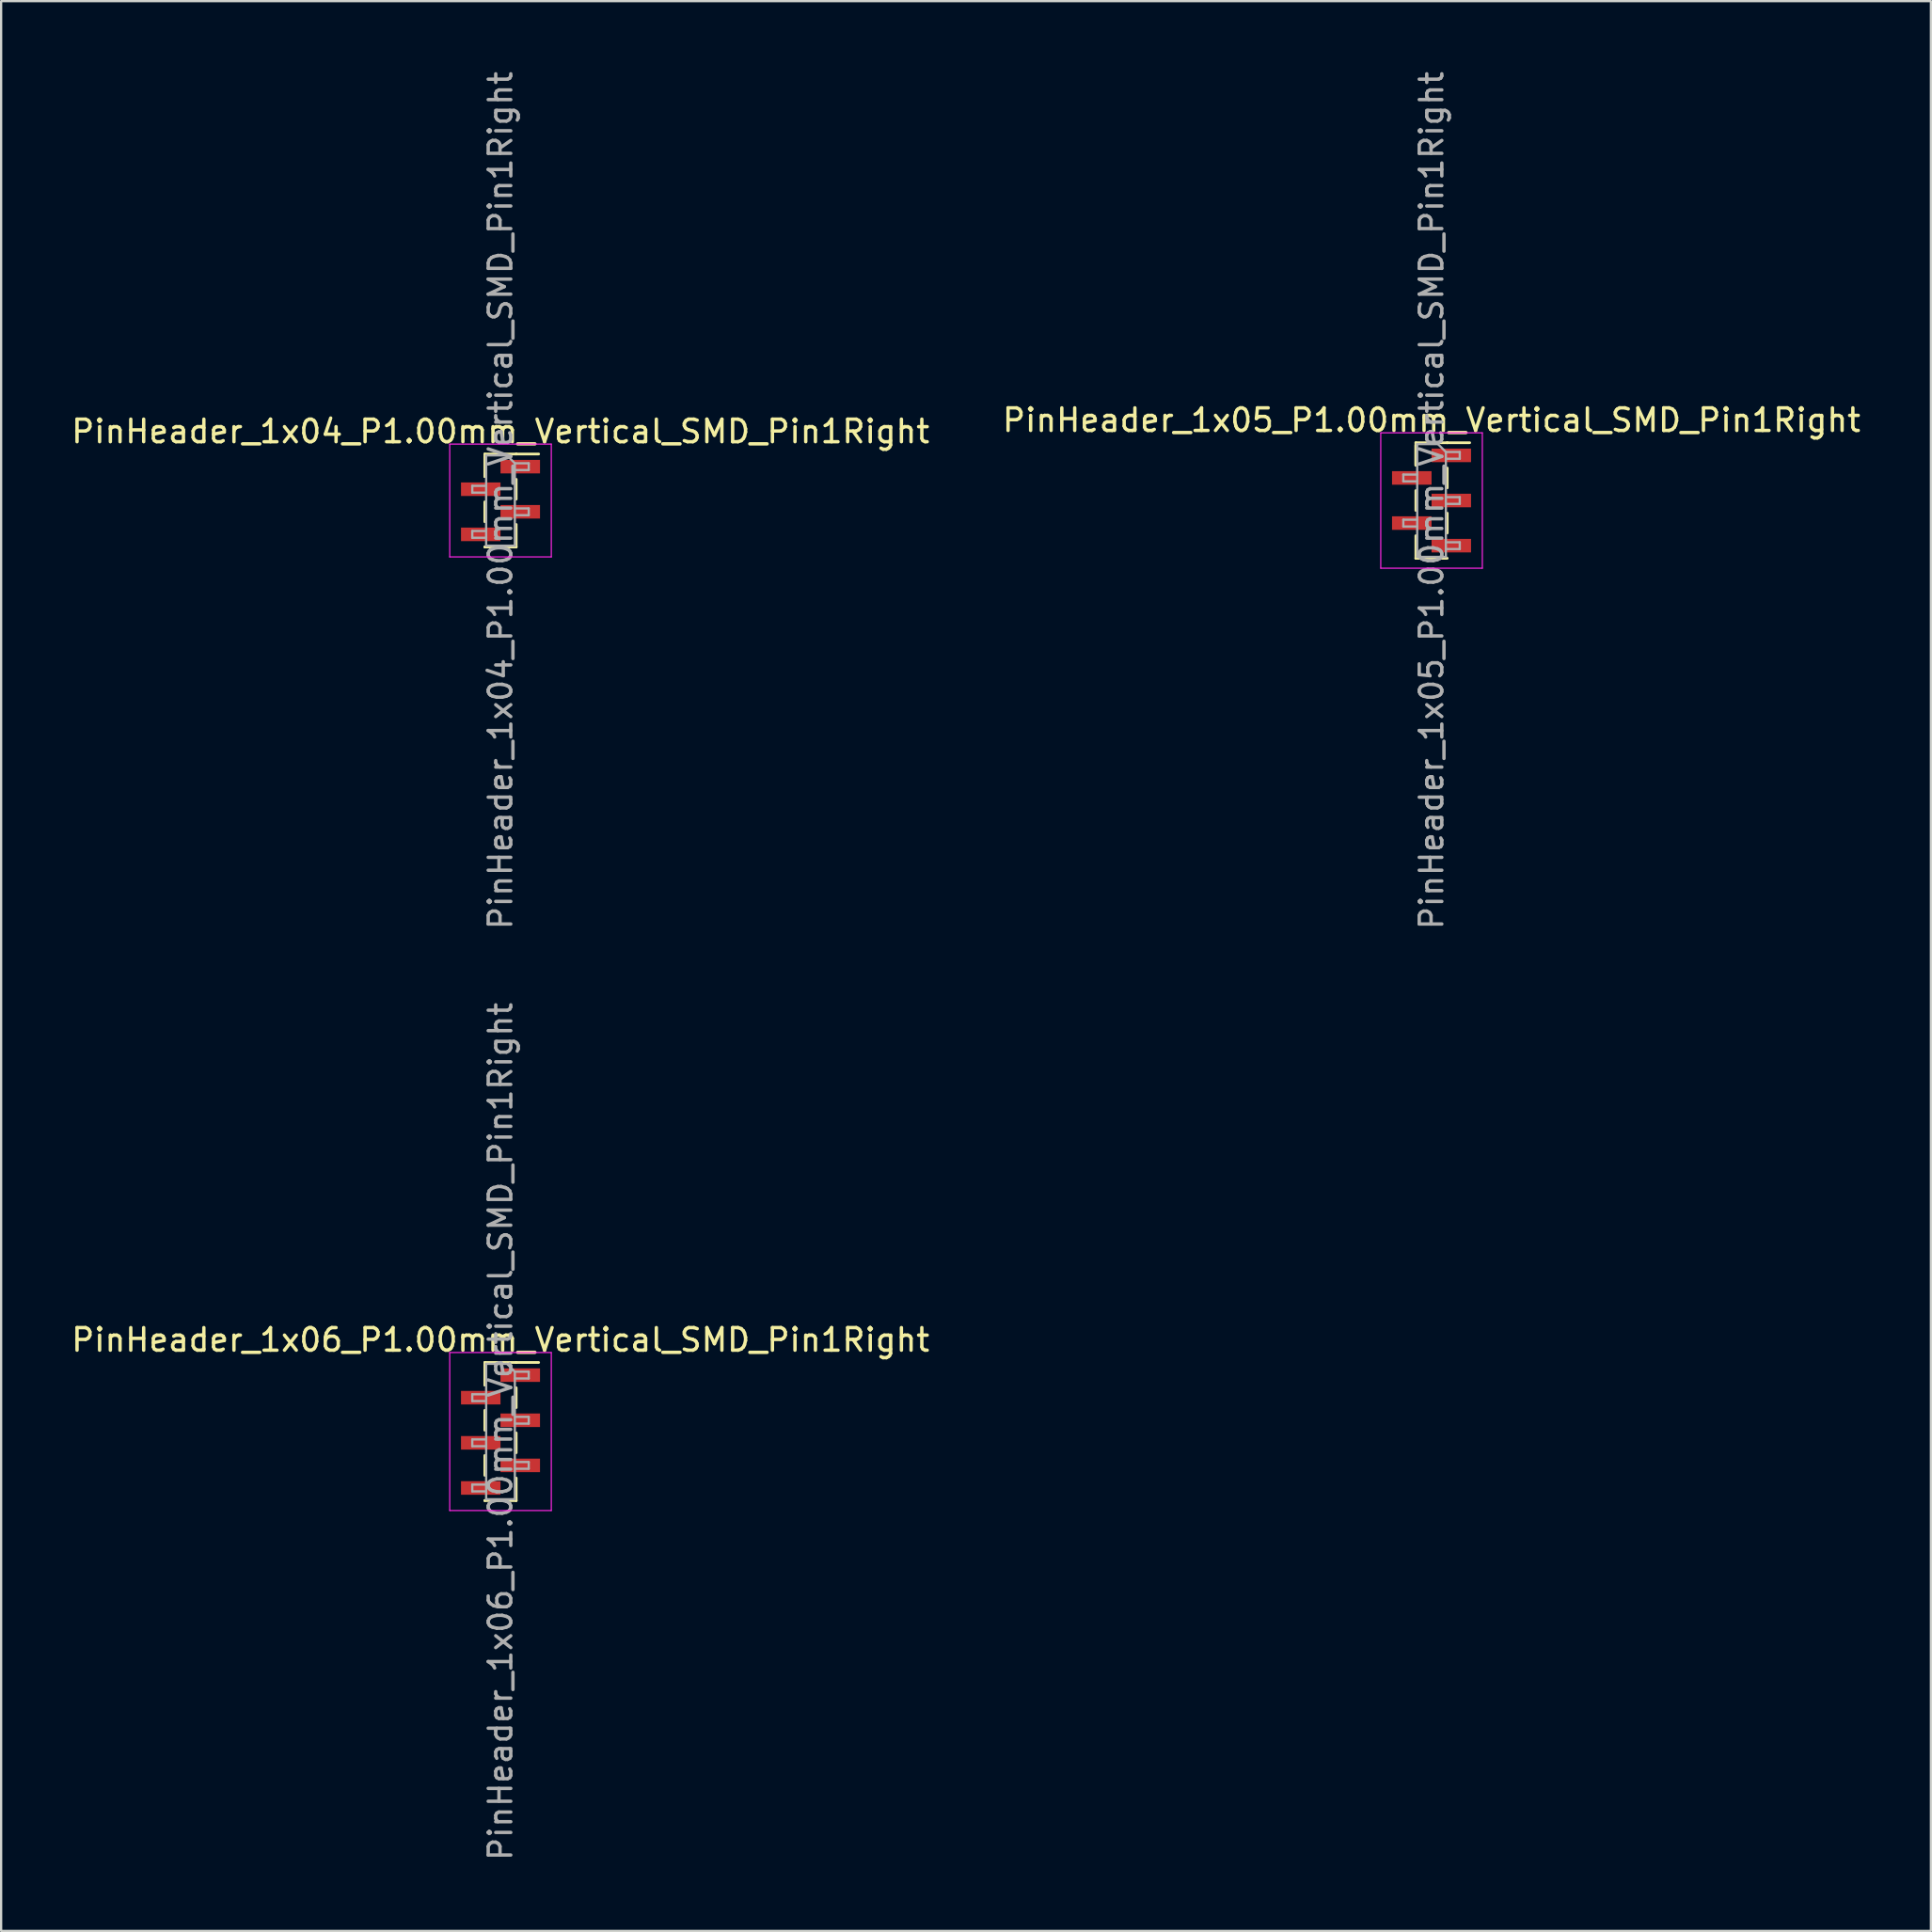
<source format=kicad_pcb>
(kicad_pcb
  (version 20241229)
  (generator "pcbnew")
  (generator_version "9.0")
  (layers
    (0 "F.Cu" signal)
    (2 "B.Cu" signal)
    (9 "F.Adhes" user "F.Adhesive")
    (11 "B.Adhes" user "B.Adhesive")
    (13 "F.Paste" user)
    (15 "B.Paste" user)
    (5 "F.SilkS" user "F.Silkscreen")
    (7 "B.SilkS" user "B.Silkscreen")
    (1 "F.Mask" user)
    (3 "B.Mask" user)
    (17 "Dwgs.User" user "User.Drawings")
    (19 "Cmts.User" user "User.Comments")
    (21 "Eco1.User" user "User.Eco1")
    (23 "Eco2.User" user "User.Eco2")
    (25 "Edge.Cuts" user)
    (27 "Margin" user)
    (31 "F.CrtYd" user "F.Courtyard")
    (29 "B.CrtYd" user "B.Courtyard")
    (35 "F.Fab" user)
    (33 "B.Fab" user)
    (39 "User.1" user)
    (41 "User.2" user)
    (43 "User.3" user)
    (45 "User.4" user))
  (footprint "PinHeader_1x06_P1.00mm_Vertical_SMD_Pin1Right"
    (layer "F.Cu")
    (at 19.125 60.375)
    (property "Reference" "PinHeader_1x06_P1.00mm_Vertical_SMD_Pin1Right" (at 0 -4.06 0) (layer "F.SilkS") (effects (font (size 1 1) (thickness 0.15))))
    (attr smd)
    (fp_line (start -0.695 -3.06) (end -0.695 -2.06) (stroke (width 0.12) (type solid)) (layer "F.SilkS"))
    (fp_line (start -0.695 -3.06) (end 0.695 -3.06) (stroke (width 0.12) (type solid)) (layer "F.SilkS"))
    (fp_line (start -0.695 -2.94) (end -0.695 -2.06) (stroke (width 0.12) (type solid)) (layer "F.SilkS"))
    (fp_line (start -0.695 -0.94) (end -0.695 -0.06) (stroke (width 0.12) (type solid)) (layer "F.SilkS"))
    (fp_line (start -0.695 1.06) (end -0.695 1.94) (stroke (width 0.12) (type solid)) (layer "F.SilkS"))
    (fp_line (start -0.695 3.06) (end -0.695 3.06) (stroke (width 0.12) (type solid)) (layer "F.SilkS"))
    (fp_line (start -0.695 3.06) (end 0.695 3.06) (stroke (width 0.12) (type solid)) (layer "F.SilkS"))
    (fp_line (start 0.695 -3.06) (end 0.695 -3.06) (stroke (width 0.12) (type solid)) (layer "F.SilkS"))
    (fp_line (start 0.695 -3.06) (end 1.69 -3.06) (stroke (width 0.12) (type solid)) (layer "F.SilkS"))
    (fp_line (start 0.695 -1.94) (end 0.695 -1.06) (stroke (width 0.12) (type solid)) (layer "F.SilkS"))
    (fp_line (start 0.695 0.06) (end 0.695 0.94) (stroke (width 0.12) (type solid)) (layer "F.SilkS"))
    (fp_line (start 0.695 2.06) (end 0.695 3.06) (stroke (width 0.12) (type solid)) (layer "F.SilkS"))
    (fp_line (start -2.25 -3.5) (end -2.25 3.5) (stroke (width 0.05) (type solid)) (layer "F.CrtYd"))
    (fp_line (start -2.25 3.5) (end 2.25 3.5) (stroke (width 0.05) (type solid)) (layer "F.CrtYd"))
    (fp_line (start 2.25 -3.5) (end -2.25 -3.5) (stroke (width 0.05) (type solid)) (layer "F.CrtYd"))
    (fp_line (start 2.25 3.5) (end 2.25 -3.5) (stroke (width 0.05) (type solid)) (layer "F.CrtYd"))
    (fp_line (start -1.25 -1.65) (end -1.25 -1.35) (stroke (width 0.1) (type solid)) (layer "F.Fab"))
    (fp_line (start -1.25 -1.35) (end -0.635 -1.35) (stroke (width 0.1) (type solid)) (layer "F.Fab"))
    (fp_line (start -1.25 0.35) (end -1.25 0.65) (stroke (width 0.1) (type solid)) (layer "F.Fab"))
    (fp_line (start -1.25 0.65) (end -0.635 0.65) (stroke (width 0.1) (type solid)) (layer "F.Fab"))
    (fp_line (start -1.25 2.35) (end -1.25 2.65) (stroke (width 0.1) (type solid)) (layer "F.Fab"))
    (fp_line (start -1.25 2.65) (end -0.635 2.65) (stroke (width 0.1) (type solid)) (layer "F.Fab"))
    (fp_line (start -0.635 -3) (end -0.635 3) (stroke (width 0.1) (type solid)) (layer "F.Fab"))
    (fp_line (start -0.635 -3) (end 0.285 -3) (stroke (width 0.1) (type solid)) (layer "F.Fab"))
    (fp_line (start -0.635 -1.65) (end -1.25 -1.65) (stroke (width 0.1) (type solid)) (layer "F.Fab"))
    (fp_line (start -0.635 0.35) (end -1.25 0.35) (stroke (width 0.1) (type solid)) (layer "F.Fab"))
    (fp_line (start -0.635 2.35) (end -1.25 2.35) (stroke (width 0.1) (type solid)) (layer "F.Fab"))
    (fp_line (start 0.635 -2.65) (end 0.285 -3) (stroke (width 0.1) (type solid)) (layer "F.Fab"))
    (fp_line (start 0.635 -2.65) (end 1.25 -2.65) (stroke (width 0.1) (type solid)) (layer "F.Fab"))
    (fp_line (start 0.635 -0.65) (end 1.25 -0.65) (stroke (width 0.1) (type solid)) (layer "F.Fab"))
    (fp_line (start 0.635 1.35) (end 1.25 1.35) (stroke (width 0.1) (type solid)) (layer "F.Fab"))
    (fp_line (start 0.635 3) (end -0.635 3) (stroke (width 0.1) (type solid)) (layer "F.Fab"))
    (fp_line (start 0.635 3) (end 0.635 -2.65) (stroke (width 0.1) (type solid)) (layer "F.Fab"))
    (fp_line (start 1.25 -2.65) (end 1.25 -2.35) (stroke (width 0.1) (type solid)) (layer "F.Fab"))
    (fp_line (start 1.25 -2.35) (end 0.635 -2.35) (stroke (width 0.1) (type solid)) (layer "F.Fab"))
    (fp_line (start 1.25 -0.65) (end 1.25 -0.35) (stroke (width 0.1) (type solid)) (layer "F.Fab"))
    (fp_line (start 1.25 -0.35) (end 0.635 -0.35) (stroke (width 0.1) (type solid)) (layer "F.Fab"))
    (fp_line (start 1.25 1.35) (end 1.25 1.65) (stroke (width 0.1) (type solid)) (layer "F.Fab"))
    (fp_line (start 1.25 1.65) (end 0.635 1.65) (stroke (width 0.1) (type solid)) (layer "F.Fab"))
    (fp_text user "${REFERENCE}" (at 0 0 90) (layer "F.Fab") (effects (font (size 1 1) (thickness 0.15))))
    (pad "1" smd rect (at 0.875 -2.5) (size 1.75 0.6) (layers "F.Cu" "F.Mask" "F.Paste"))
    (pad "2" smd rect (at -0.875 -1.5) (size 1.75 0.6) (layers "F.Cu" "F.Mask" "F.Paste"))
    (pad "3" smd rect (at 0.875 -0.5) (size 1.75 0.6) (layers "F.Cu" "F.Mask" "F.Paste"))
    (pad "4" smd rect (at -0.875 0.5) (size 1.75 0.6) (layers "F.Cu" "F.Mask" "F.Paste"))
    (pad "5" smd rect (at 0.875 1.5) (size 1.75 0.6) (layers "F.Cu" "F.Mask" "F.Paste"))
    (pad "6" smd rect (at -0.875 2.5) (size 1.75 0.6) (layers "F.Cu" "F.Mask" "F.Paste")))
  (footprint "PinHeader_1x04_P1.00mm_Vertical_SMD_Pin1Right"
    (layer "F.Cu")
    (at 19.125 19.125)
    (property "Reference" "PinHeader_1x04_P1.00mm_Vertical_SMD_Pin1Right" (at 0 -3.06 0) (layer "F.SilkS") (effects (font (size 1 1) (thickness 0.15))))
    (attr smd)
    (fp_line (start -0.695 -2.06) (end -0.695 -1.06) (stroke (width 0.12) (type solid)) (layer "F.SilkS"))
    (fp_line (start -0.695 -2.06) (end 0.695 -2.06) (stroke (width 0.12) (type solid)) (layer "F.SilkS"))
    (fp_line (start -0.695 -1.94) (end -0.695 -1.06) (stroke (width 0.12) (type solid)) (layer "F.SilkS"))
    (fp_line (start -0.695 0.06) (end -0.695 0.94) (stroke (width 0.12) (type solid)) (layer "F.SilkS"))
    (fp_line (start -0.695 2.06) (end -0.695 2.06) (stroke (width 0.12) (type solid)) (layer "F.SilkS"))
    (fp_line (start -0.695 2.06) (end 0.695 2.06) (stroke (width 0.12) (type solid)) (layer "F.SilkS"))
    (fp_line (start 0.695 -2.06) (end 0.695 -2.06) (stroke (width 0.12) (type solid)) (layer "F.SilkS"))
    (fp_line (start 0.695 -2.06) (end 1.69 -2.06) (stroke (width 0.12) (type solid)) (layer "F.SilkS"))
    (fp_line (start 0.695 -0.94) (end 0.695 -0.06) (stroke (width 0.12) (type solid)) (layer "F.SilkS"))
    (fp_line (start 0.695 1.06) (end 0.695 2.06) (stroke (width 0.12) (type solid)) (layer "F.SilkS"))
    (fp_line (start -2.25 -2.5) (end -2.25 2.5) (stroke (width 0.05) (type solid)) (layer "F.CrtYd"))
    (fp_line (start -2.25 2.5) (end 2.25 2.5) (stroke (width 0.05) (type solid)) (layer "F.CrtYd"))
    (fp_line (start 2.25 -2.5) (end -2.25 -2.5) (stroke (width 0.05) (type solid)) (layer "F.CrtYd"))
    (fp_line (start 2.25 2.5) (end 2.25 -2.5) (stroke (width 0.05) (type solid)) (layer "F.CrtYd"))
    (fp_line (start -1.25 -0.65) (end -1.25 -0.35) (stroke (width 0.1) (type solid)) (layer "F.Fab"))
    (fp_line (start -1.25 -0.35) (end -0.635 -0.35) (stroke (width 0.1) (type solid)) (layer "F.Fab"))
    (fp_line (start -1.25 1.35) (end -1.25 1.65) (stroke (width 0.1) (type solid)) (layer "F.Fab"))
    (fp_line (start -1.25 1.65) (end -0.635 1.65) (stroke (width 0.1) (type solid)) (layer "F.Fab"))
    (fp_line (start -0.635 -2) (end -0.635 2) (stroke (width 0.1) (type solid)) (layer "F.Fab"))
    (fp_line (start -0.635 -2) (end 0.285 -2) (stroke (width 0.1) (type solid)) (layer "F.Fab"))
    (fp_line (start -0.635 -0.65) (end -1.25 -0.65) (stroke (width 0.1) (type solid)) (layer "F.Fab"))
    (fp_line (start -0.635 1.35) (end -1.25 1.35) (stroke (width 0.1) (type solid)) (layer "F.Fab"))
    (fp_line (start 0.635 -1.65) (end 0.285 -2) (stroke (width 0.1) (type solid)) (layer "F.Fab"))
    (fp_line (start 0.635 -1.65) (end 1.25 -1.65) (stroke (width 0.1) (type solid)) (layer "F.Fab"))
    (fp_line (start 0.635 0.35) (end 1.25 0.35) (stroke (width 0.1) (type solid)) (layer "F.Fab"))
    (fp_line (start 0.635 2) (end -0.635 2) (stroke (width 0.1) (type solid)) (layer "F.Fab"))
    (fp_line (start 0.635 2) (end 0.635 -1.65) (stroke (width 0.1) (type solid)) (layer "F.Fab"))
    (fp_line (start 1.25 -1.65) (end 1.25 -1.35) (stroke (width 0.1) (type solid)) (layer "F.Fab"))
    (fp_line (start 1.25 -1.35) (end 0.635 -1.35) (stroke (width 0.1) (type solid)) (layer "F.Fab"))
    (fp_line (start 1.25 0.35) (end 1.25 0.65) (stroke (width 0.1) (type solid)) (layer "F.Fab"))
    (fp_line (start 1.25 0.65) (end 0.635 0.65) (stroke (width 0.1) (type solid)) (layer "F.Fab"))
    (fp_text user "${REFERENCE}" (at 0 0 90) (layer "F.Fab") (effects (font (size 1 1) (thickness 0.15))))
    (pad "1" smd rect (at 0.875 -1.5) (size 1.75 0.6) (layers "F.Cu" "F.Mask" "F.Paste"))
    (pad "2" smd rect (at -0.875 -0.5) (size 1.75 0.6) (layers "F.Cu" "F.Mask" "F.Paste"))
    (pad "3" smd rect (at 0.875 0.5) (size 1.75 0.6) (layers "F.Cu" "F.Mask" "F.Paste"))
    (pad "4" smd rect (at -0.875 1.5) (size 1.75 0.6) (layers "F.Cu" "F.Mask" "F.Paste")))
  (footprint "PinHeader_1x05_P1.00mm_Vertical_SMD_Pin1Right"
    (layer "F.Cu")
    (at 60.375 19.125)
    (property "Reference" "PinHeader_1x05_P1.00mm_Vertical_SMD_Pin1Right" (at 0 -3.56 0) (layer "F.SilkS") (effects (font (size 1 1) (thickness 0.15))))
    (attr smd)
    (fp_line (start -0.695 -2.56) (end -0.695 -1.56) (stroke (width 0.12) (type solid)) (layer "F.SilkS"))
    (fp_line (start -0.695 -2.56) (end 0.695 -2.56) (stroke (width 0.12) (type solid)) (layer "F.SilkS"))
    (fp_line (start -0.695 -2.44) (end -0.695 -1.56) (stroke (width 0.12) (type solid)) (layer "F.SilkS"))
    (fp_line (start -0.695 -0.44) (end -0.695 0.44) (stroke (width 0.12) (type solid)) (layer "F.SilkS"))
    (fp_line (start -0.695 1.56) (end -0.695 2.56) (stroke (width 0.12) (type solid)) (layer "F.SilkS"))
    (fp_line (start -0.695 2.56) (end -0.695 2.56) (stroke (width 0.12) (type solid)) (layer "F.SilkS"))
    (fp_line (start -0.695 2.56) (end 0.695 2.56) (stroke (width 0.12) (type solid)) (layer "F.SilkS"))
    (fp_line (start 0.695 -2.56) (end 0.695 -2.56) (stroke (width 0.12) (type solid)) (layer "F.SilkS"))
    (fp_line (start 0.695 -2.56) (end 1.69 -2.56) (stroke (width 0.12) (type solid)) (layer "F.SilkS"))
    (fp_line (start 0.695 -1.44) (end 0.695 -0.56) (stroke (width 0.12) (type solid)) (layer "F.SilkS"))
    (fp_line (start 0.695 0.56) (end 0.695 1.44) (stroke (width 0.12) (type solid)) (layer "F.SilkS"))
    (fp_line (start -2.25 -3) (end -2.25 3) (stroke (width 0.05) (type solid)) (layer "F.CrtYd"))
    (fp_line (start -2.25 3) (end 2.25 3) (stroke (width 0.05) (type solid)) (layer "F.CrtYd"))
    (fp_line (start 2.25 -3) (end -2.25 -3) (stroke (width 0.05) (type solid)) (layer "F.CrtYd"))
    (fp_line (start 2.25 3) (end 2.25 -3) (stroke (width 0.05) (type solid)) (layer "F.CrtYd"))
    (fp_line (start -1.25 -1.15) (end -1.25 -0.85) (stroke (width 0.1) (type solid)) (layer "F.Fab"))
    (fp_line (start -1.25 -0.85) (end -0.635 -0.85) (stroke (width 0.1) (type solid)) (layer "F.Fab"))
    (fp_line (start -1.25 0.85) (end -1.25 1.15) (stroke (width 0.1) (type solid)) (layer "F.Fab"))
    (fp_line (start -1.25 1.15) (end -0.635 1.15) (stroke (width 0.1) (type solid)) (layer "F.Fab"))
    (fp_line (start -0.635 -2.5) (end -0.635 2.5) (stroke (width 0.1) (type solid)) (layer "F.Fab"))
    (fp_line (start -0.635 -2.5) (end 0.285 -2.5) (stroke (width 0.1) (type solid)) (layer "F.Fab"))
    (fp_line (start -0.635 -1.15) (end -1.25 -1.15) (stroke (width 0.1) (type solid)) (layer "F.Fab"))
    (fp_line (start -0.635 0.85) (end -1.25 0.85) (stroke (width 0.1) (type solid)) (layer "F.Fab"))
    (fp_line (start 0.635 -2.15) (end 0.285 -2.5) (stroke (width 0.1) (type solid)) (layer "F.Fab"))
    (fp_line (start 0.635 -2.15) (end 1.25 -2.15) (stroke (width 0.1) (type solid)) (layer "F.Fab"))
    (fp_line (start 0.635 -0.15) (end 1.25 -0.15) (stroke (width 0.1) (type solid)) (layer "F.Fab"))
    (fp_line (start 0.635 1.85) (end 1.25 1.85) (stroke (width 0.1) (type solid)) (layer "F.Fab"))
    (fp_line (start 0.635 2.5) (end -0.635 2.5) (stroke (width 0.1) (type solid)) (layer "F.Fab"))
    (fp_line (start 0.635 2.5) (end 0.635 -2.15) (stroke (width 0.1) (type solid)) (layer "F.Fab"))
    (fp_line (start 1.25 -2.15) (end 1.25 -1.85) (stroke (width 0.1) (type solid)) (layer "F.Fab"))
    (fp_line (start 1.25 -1.85) (end 0.635 -1.85) (stroke (width 0.1) (type solid)) (layer "F.Fab"))
    (fp_line (start 1.25 -0.15) (end 1.25 0.15) (stroke (width 0.1) (type solid)) (layer "F.Fab"))
    (fp_line (start 1.25 0.15) (end 0.635 0.15) (stroke (width 0.1) (type solid)) (layer "F.Fab"))
    (fp_line (start 1.25 1.85) (end 1.25 2.15) (stroke (width 0.1) (type solid)) (layer "F.Fab"))
    (fp_line (start 1.25 2.15) (end 0.635 2.15) (stroke (width 0.1) (type solid)) (layer "F.Fab"))
    (fp_text user "${REFERENCE}" (at 0 0 90) (layer "F.Fab") (effects (font (size 1 1) (thickness 0.15))))
    (pad "1" smd rect (at 0.875 -2) (size 1.75 0.6) (layers "F.Cu" "F.Mask" "F.Paste"))
    (pad "2" smd rect (at -0.875 -1) (size 1.75 0.6) (layers "F.Cu" "F.Mask" "F.Paste"))
    (pad "3" smd rect (at 0.875 0) (size 1.75 0.6) (layers "F.Cu" "F.Mask" "F.Paste"))
    (pad "4" smd rect (at -0.875 1) (size 1.75 0.6) (layers "F.Cu" "F.Mask" "F.Paste"))
    (pad "5" smd rect (at 0.875 2) (size 1.75 0.6) (layers "F.Cu" "F.Mask" "F.Paste")))
  (gr_rect
    (start -3 -3)
    (end 82.5 82.5)
    (stroke (width 0.1) (type default))
    (fill no)
    (layer "Edge.Cuts")))
</source>
